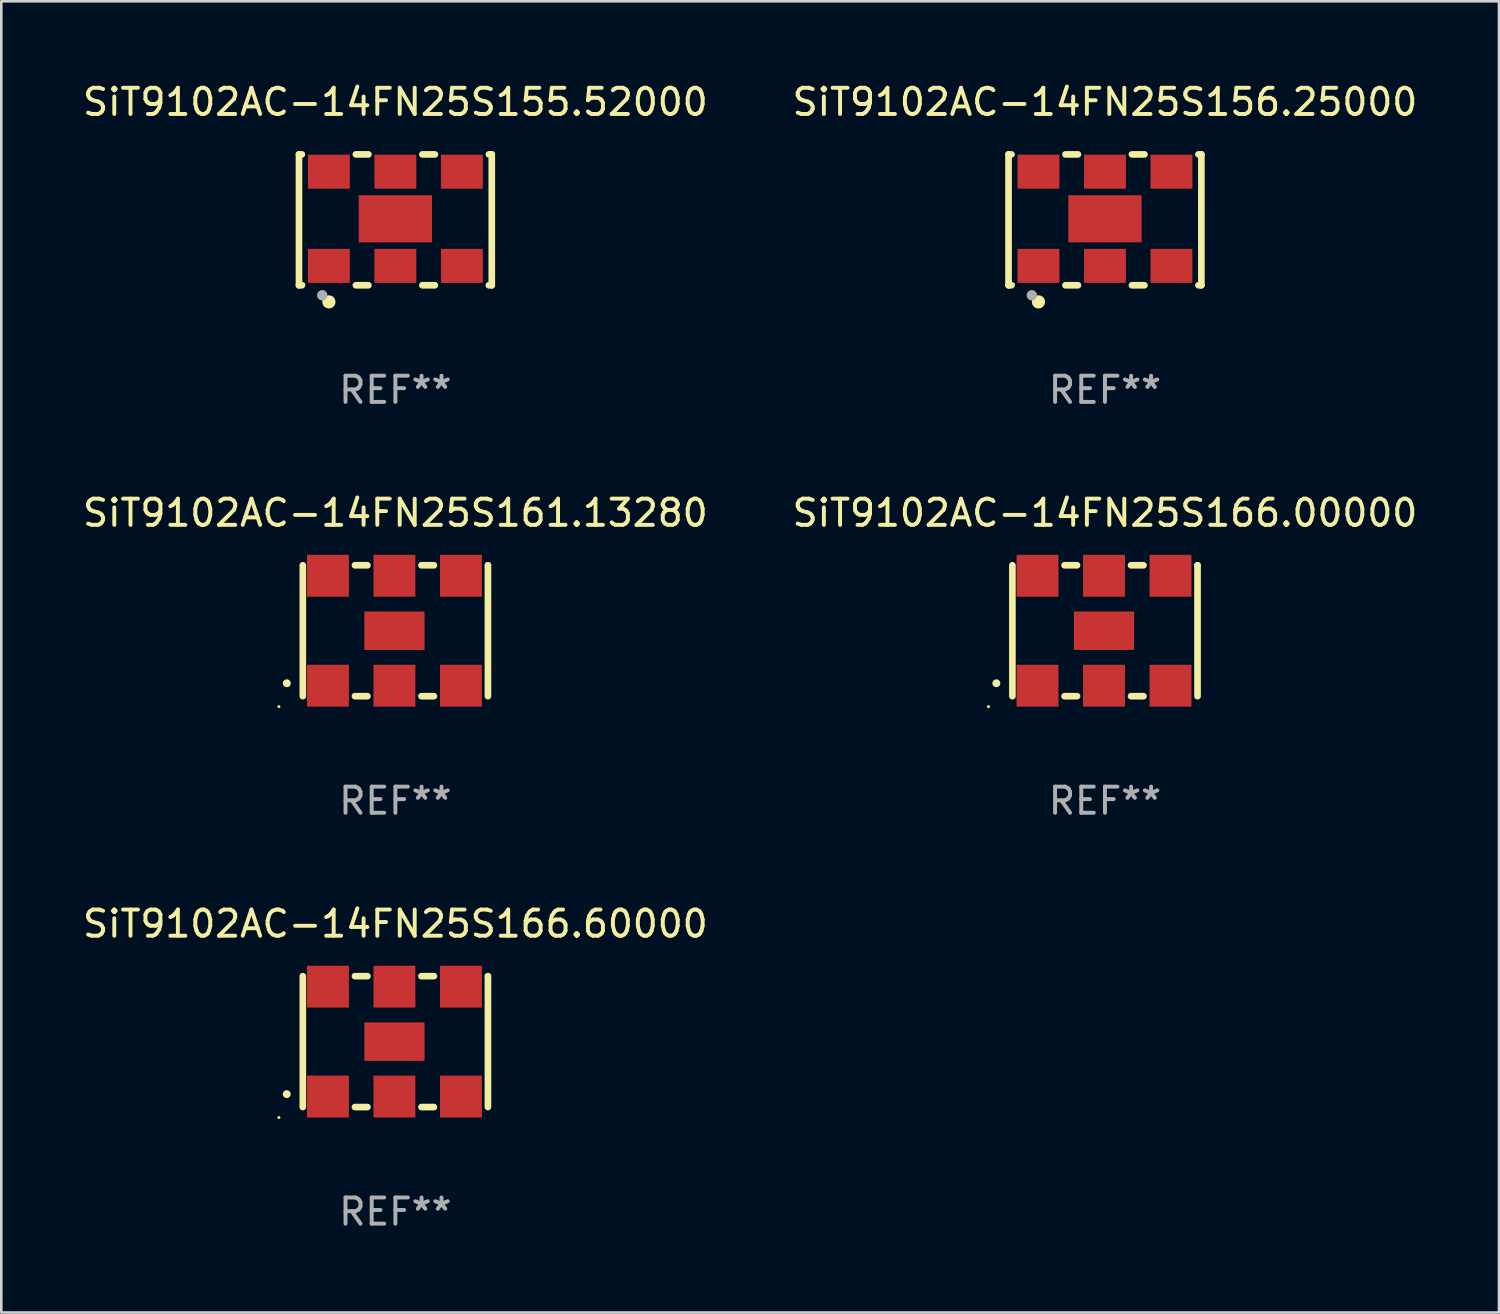
<source format=kicad_pcb>
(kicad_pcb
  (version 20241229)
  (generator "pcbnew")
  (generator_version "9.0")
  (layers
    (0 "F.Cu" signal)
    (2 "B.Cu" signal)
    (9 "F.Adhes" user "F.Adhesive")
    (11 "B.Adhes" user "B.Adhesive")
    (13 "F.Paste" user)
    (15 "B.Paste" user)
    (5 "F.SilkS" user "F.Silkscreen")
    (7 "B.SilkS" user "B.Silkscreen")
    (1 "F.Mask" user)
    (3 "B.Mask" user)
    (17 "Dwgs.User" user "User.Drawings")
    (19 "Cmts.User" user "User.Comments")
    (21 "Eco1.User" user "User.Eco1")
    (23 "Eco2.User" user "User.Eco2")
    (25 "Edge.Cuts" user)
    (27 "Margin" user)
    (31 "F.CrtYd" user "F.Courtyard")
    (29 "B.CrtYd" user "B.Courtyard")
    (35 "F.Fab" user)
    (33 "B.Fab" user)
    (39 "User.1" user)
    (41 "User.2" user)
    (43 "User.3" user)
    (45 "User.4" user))
  (footprint "SiT9102AC-14FN25S166.00000"
    (layer "F.Cu")
    (at 39.161 21.045)
    (property "Reference" "SiT9102AC-14FN25S166.00000" (at 0 -4.5 0) (layer "F.SilkS") (effects (font (size 1 1) (thickness 0.15))))
    (attr through_hole)
    (fp_line (start -3.536 -2.5) (end -3.536 2.5) (stroke (width 0.254) (type solid)) (layer "F.SilkS"))
    (fp_line (start -1.544 2.5) (end -1.067 2.5) (stroke (width 0.254) (type solid)) (layer "F.SilkS"))
    (fp_line (start -1.067 -2.5) (end -1.544 -2.5) (stroke (width 0.254) (type solid)) (layer "F.SilkS"))
    (fp_line (start 0.996 2.5) (end 1.473 2.5) (stroke (width 0.254) (type solid)) (layer "F.SilkS"))
    (fp_line (start 1.473 -2.5) (end 0.996 -2.5) (stroke (width 0.254) (type solid)) (layer "F.SilkS"))
    (fp_line (start 3.536 -2.5) (end 3.536 -2.5) (stroke (width 0.254) (type solid)) (layer "F.SilkS"))
    (fp_line (start 3.536 2.5) (end 3.536 -2.5) (stroke (width 0.254) (type solid)) (layer "F.SilkS"))
    (fp_arc (start -4.150432 2.006604) (mid -4.149162 2.006599) (end -4.147892 2.006604) (stroke (width 0.3) (type solid)) (layer "F.SilkS"))
    (fp_circle (center -4.449 2.9) (end -4.419 2.9) (stroke (width 0.06) (type solid)) (fill no) (layer "F.SilkS"))
    (fp_text user "REF**" (at 0 6.5 0) (layer "F.Fab") (effects (font (size 1 1) (thickness 0.15))))
    (pad "1" smd rect (at -2.576 2.1) (size 1.6 1.6) (layers "F.Cu" "F.Mask" "F.Paste"))
    (pad "2" smd rect (at -0.036 2.1) (size 1.6 1.6) (layers "F.Cu" "F.Mask" "F.Paste"))
    (pad "3" smd rect (at 2.504 2.1) (size 1.6 1.6) (layers "F.Cu" "F.Mask" "F.Paste"))
    (pad "4" smd rect (at 2.504 -2.1) (size 1.6 1.6) (layers "F.Cu" "F.Mask" "F.Paste"))
    (pad "5" smd rect (at -0.036 -2.1) (size 1.6 1.6) (layers "F.Cu" "F.Mask" "F.Paste"))
    (pad "6" smd rect (at -2.576 -2.1) (size 1.6 1.6) (layers "F.Cu" "F.Mask" "F.Paste"))
    (pad "7" smd rect (at -0.036 0) (size 2.3 1.47) (layers "F.Cu" "F.Mask" "F.Paste")))
  (footprint "SiT9102AC-14FN25S156.25000"
    (layer "F.Cu")
    (at 39.161 5.348)
    (property "Reference" "SiT9102AC-14FN25S156.25000" (at 0 -4.5 0) (layer "F.SilkS") (effects (font (size 1 1) (thickness 0.15))))
    (attr through_hole)
    (fp_line (start -3.683 -2.5) (end -3.571 -2.5) (stroke (width 0.254) (type solid)) (layer "F.SilkS"))
    (fp_line (start -3.683 2.5) (end -3.683 -2.5) (stroke (width 0.254) (type solid)) (layer "F.SilkS"))
    (fp_line (start -3.683 2.5) (end -3.571 2.5) (stroke (width 0.254) (type solid)) (layer "F.SilkS"))
    (fp_line (start -1.509 -2.5) (end -1.031 -2.5) (stroke (width 0.254) (type solid)) (layer "F.SilkS"))
    (fp_line (start -1.509 2.5) (end -1.031 2.5) (stroke (width 0.254) (type solid)) (layer "F.SilkS"))
    (fp_line (start 1.031 -2.5) (end 1.509 -2.5) (stroke (width 0.254) (type solid)) (layer "F.SilkS"))
    (fp_line (start 1.031 2.5) (end 1.509 2.5) (stroke (width 0.254) (type solid)) (layer "F.SilkS"))
    (fp_line (start 3.571 -2.5) (end 3.683 -2.5) (stroke (width 0.254) (type solid)) (layer "F.SilkS"))
    (fp_line (start 3.571 2.5) (end 3.683 2.5) (stroke (width 0.254) (type solid)) (layer "F.SilkS"))
    (fp_line (start 3.683 2.5) (end 3.683 -2.5) (stroke (width 0.254) (type solid)) (layer "F.SilkS"))
    (fp_circle (center -3.5 2.46) (end -3.47 2.46) (stroke (width 0.06) (type solid)) (fill no) (layer "F.SilkS"))
    (fp_circle (center -2.54 3.135) (end -2.413 3.135) (stroke (width 0.254) (type solid)) (fill no) (layer "F.SilkS"))
    (fp_circle (center -2.794 2.881) (end -2.694 2.881) (stroke (width 0.2) (type solid)) (fill no) (layer "F.Fab"))
    (fp_text user "REF**" (at 0 6.5 0) (layer "F.Fab") (effects (font (size 1 1) (thickness 0.15))))
    (pad "1" smd rect (at -2.54 1.76) (size 1.6 1.3) (layers "F.Cu" "F.Mask" "F.Paste"))
    (pad "2" smd rect (at 0 1.76) (size 1.6 1.3) (layers "F.Cu" "F.Mask" "F.Paste"))
    (pad "3" smd rect (at 2.54 1.76) (size 1.6 1.3) (layers "F.Cu" "F.Mask" "F.Paste"))
    (pad "4" smd rect (at 2.54 -1.84) (size 1.6 1.3) (layers "F.Cu" "F.Mask" "F.Paste"))
    (pad "5" smd rect (at 0 -1.84) (size 1.6 1.3) (layers "F.Cu" "F.Mask" "F.Paste"))
    (pad "6" smd rect (at -2.54 -1.84) (size 1.6 1.3) (layers "F.Cu" "F.Mask" "F.Paste"))
    (pad "7" smd rect (at 0 -0.04) (size 2.8 1.8) (layers "F.Cu" "F.Mask" "F.Paste")))
  (footprint "SiT9102AC-14FN25S161.13280"
    (layer "F.Cu")
    (at 12.054 21.045)
    (property "Reference" "SiT9102AC-14FN25S161.13280" (at 0 -4.5 0) (layer "F.SilkS") (effects (font (size 1 1) (thickness 0.15))))
    (attr through_hole)
    (fp_line (start -3.536 -2.5) (end -3.536 2.5) (stroke (width 0.254) (type solid)) (layer "F.SilkS"))
    (fp_line (start -1.544 2.5) (end -1.067 2.5) (stroke (width 0.254) (type solid)) (layer "F.SilkS"))
    (fp_line (start -1.067 -2.5) (end -1.544 -2.5) (stroke (width 0.254) (type solid)) (layer "F.SilkS"))
    (fp_line (start 0.996 2.5) (end 1.473 2.5) (stroke (width 0.254) (type solid)) (layer "F.SilkS"))
    (fp_line (start 1.473 -2.5) (end 0.996 -2.5) (stroke (width 0.254) (type solid)) (layer "F.SilkS"))
    (fp_line (start 3.536 -2.5) (end 3.536 -2.5) (stroke (width 0.254) (type solid)) (layer "F.SilkS"))
    (fp_line (start 3.536 2.5) (end 3.536 -2.5) (stroke (width 0.254) (type solid)) (layer "F.SilkS"))
    (fp_arc (start -4.150432 2.006604) (mid -4.149162 2.006599) (end -4.147892 2.006604) (stroke (width 0.3) (type solid)) (layer "F.SilkS"))
    (fp_circle (center -4.449 2.9) (end -4.419 2.9) (stroke (width 0.06) (type solid)) (fill no) (layer "F.SilkS"))
    (fp_text user "REF**" (at 0 6.5 0) (layer "F.Fab") (effects (font (size 1 1) (thickness 0.15))))
    (pad "1" smd rect (at -2.576 2.1) (size 1.6 1.6) (layers "F.Cu" "F.Mask" "F.Paste"))
    (pad "2" smd rect (at -0.036 2.1) (size 1.6 1.6) (layers "F.Cu" "F.Mask" "F.Paste"))
    (pad "3" smd rect (at 2.504 2.1) (size 1.6 1.6) (layers "F.Cu" "F.Mask" "F.Paste"))
    (pad "4" smd rect (at 2.504 -2.1) (size 1.6 1.6) (layers "F.Cu" "F.Mask" "F.Paste"))
    (pad "5" smd rect (at -0.036 -2.1) (size 1.6 1.6) (layers "F.Cu" "F.Mask" "F.Paste"))
    (pad "6" smd rect (at -2.576 -2.1) (size 1.6 1.6) (layers "F.Cu" "F.Mask" "F.Paste"))
    (pad "7" smd rect (at -0.036 0) (size 2.3 1.47) (layers "F.Cu" "F.Mask" "F.Paste")))
  (footprint "SiT9102AC-14FN25S155.52000"
    (layer "F.Cu")
    (at 12.054 5.348)
    (property "Reference" "SiT9102AC-14FN25S155.52000" (at 0 -4.5 0) (layer "F.SilkS") (effects (font (size 1 1) (thickness 0.15))))
    (attr through_hole)
    (fp_line (start -3.683 -2.5) (end -3.571 -2.5) (stroke (width 0.254) (type solid)) (layer "F.SilkS"))
    (fp_line (start -3.683 2.5) (end -3.683 -2.5) (stroke (width 0.254) (type solid)) (layer "F.SilkS"))
    (fp_line (start -3.683 2.5) (end -3.571 2.5) (stroke (width 0.254) (type solid)) (layer "F.SilkS"))
    (fp_line (start -1.509 -2.5) (end -1.031 -2.5) (stroke (width 0.254) (type solid)) (layer "F.SilkS"))
    (fp_line (start -1.509 2.5) (end -1.031 2.5) (stroke (width 0.254) (type solid)) (layer "F.SilkS"))
    (fp_line (start 1.031 -2.5) (end 1.509 -2.5) (stroke (width 0.254) (type solid)) (layer "F.SilkS"))
    (fp_line (start 1.031 2.5) (end 1.509 2.5) (stroke (width 0.254) (type solid)) (layer "F.SilkS"))
    (fp_line (start 3.571 -2.5) (end 3.683 -2.5) (stroke (width 0.254) (type solid)) (layer "F.SilkS"))
    (fp_line (start 3.571 2.5) (end 3.683 2.5) (stroke (width 0.254) (type solid)) (layer "F.SilkS"))
    (fp_line (start 3.683 2.5) (end 3.683 -2.5) (stroke (width 0.254) (type solid)) (layer "F.SilkS"))
    (fp_circle (center -3.5 2.46) (end -3.47 2.46) (stroke (width 0.06) (type solid)) (fill no) (layer "F.SilkS"))
    (fp_circle (center -2.54 3.135) (end -2.413 3.135) (stroke (width 0.254) (type solid)) (fill no) (layer "F.SilkS"))
    (fp_circle (center -2.794 2.881) (end -2.694 2.881) (stroke (width 0.2) (type solid)) (fill no) (layer "F.Fab"))
    (fp_text user "REF**" (at 0 6.5 0) (layer "F.Fab") (effects (font (size 1 1) (thickness 0.15))))
    (pad "1" smd rect (at -2.54 1.76) (size 1.6 1.3) (layers "F.Cu" "F.Mask" "F.Paste"))
    (pad "2" smd rect (at 0 1.76) (size 1.6 1.3) (layers "F.Cu" "F.Mask" "F.Paste"))
    (pad "3" smd rect (at 2.54 1.76) (size 1.6 1.3) (layers "F.Cu" "F.Mask" "F.Paste"))
    (pad "4" smd rect (at 2.54 -1.84) (size 1.6 1.3) (layers "F.Cu" "F.Mask" "F.Paste"))
    (pad "5" smd rect (at 0 -1.84) (size 1.6 1.3) (layers "F.Cu" "F.Mask" "F.Paste"))
    (pad "6" smd rect (at -2.54 -1.84) (size 1.6 1.3) (layers "F.Cu" "F.Mask" "F.Paste"))
    (pad "7" smd rect (at 0 -0.04) (size 2.8 1.8) (layers "F.Cu" "F.Mask" "F.Paste")))
  (footprint "SiT9102AC-14FN25S166.60000"
    (layer "F.Cu")
    (at 12.054 36.741)
    (property "Reference" "SiT9102AC-14FN25S166.60000" (at 0 -4.5 0) (layer "F.SilkS") (effects (font (size 1 1) (thickness 0.15))))
    (attr through_hole)
    (fp_line (start -3.536 -2.5) (end -3.536 2.5) (stroke (width 0.254) (type solid)) (layer "F.SilkS"))
    (fp_line (start -1.544 2.5) (end -1.067 2.5) (stroke (width 0.254) (type solid)) (layer "F.SilkS"))
    (fp_line (start -1.067 -2.5) (end -1.544 -2.5) (stroke (width 0.254) (type solid)) (layer "F.SilkS"))
    (fp_line (start 0.996 2.5) (end 1.473 2.5) (stroke (width 0.254) (type solid)) (layer "F.SilkS"))
    (fp_line (start 1.473 -2.5) (end 0.996 -2.5) (stroke (width 0.254) (type solid)) (layer "F.SilkS"))
    (fp_line (start 3.536 -2.5) (end 3.536 -2.5) (stroke (width 0.254) (type solid)) (layer "F.SilkS"))
    (fp_line (start 3.536 2.5) (end 3.536 -2.5) (stroke (width 0.254) (type solid)) (layer "F.SilkS"))
    (fp_arc (start -4.150432 2.006604) (mid -4.149162 2.006599) (end -4.147892 2.006604) (stroke (width 0.3) (type solid)) (layer "F.SilkS"))
    (fp_circle (center -4.449 2.9) (end -4.419 2.9) (stroke (width 0.06) (type solid)) (fill no) (layer "F.SilkS"))
    (fp_text user "REF**" (at 0 6.5 0) (layer "F.Fab") (effects (font (size 1 1) (thickness 0.15))))
    (pad "1" smd rect (at -2.576 2.1) (size 1.6 1.6) (layers "F.Cu" "F.Mask" "F.Paste"))
    (pad "2" smd rect (at -0.036 2.1) (size 1.6 1.6) (layers "F.Cu" "F.Mask" "F.Paste"))
    (pad "3" smd rect (at 2.504 2.1) (size 1.6 1.6) (layers "F.Cu" "F.Mask" "F.Paste"))
    (pad "4" smd rect (at 2.504 -2.1) (size 1.6 1.6) (layers "F.Cu" "F.Mask" "F.Paste"))
    (pad "5" smd rect (at -0.036 -2.1) (size 1.6 1.6) (layers "F.Cu" "F.Mask" "F.Paste"))
    (pad "6" smd rect (at -2.576 -2.1) (size 1.6 1.6) (layers "F.Cu" "F.Mask" "F.Paste"))
    (pad "7" smd rect (at -0.036 0) (size 2.3 1.47) (layers "F.Cu" "F.Mask" "F.Paste")))
  (gr_rect
    (start -3 -3)
    (end 54.214 47.09)
    (stroke (width 0.1) (type default))
    (fill no)
    (layer "Edge.Cuts")))
</source>
